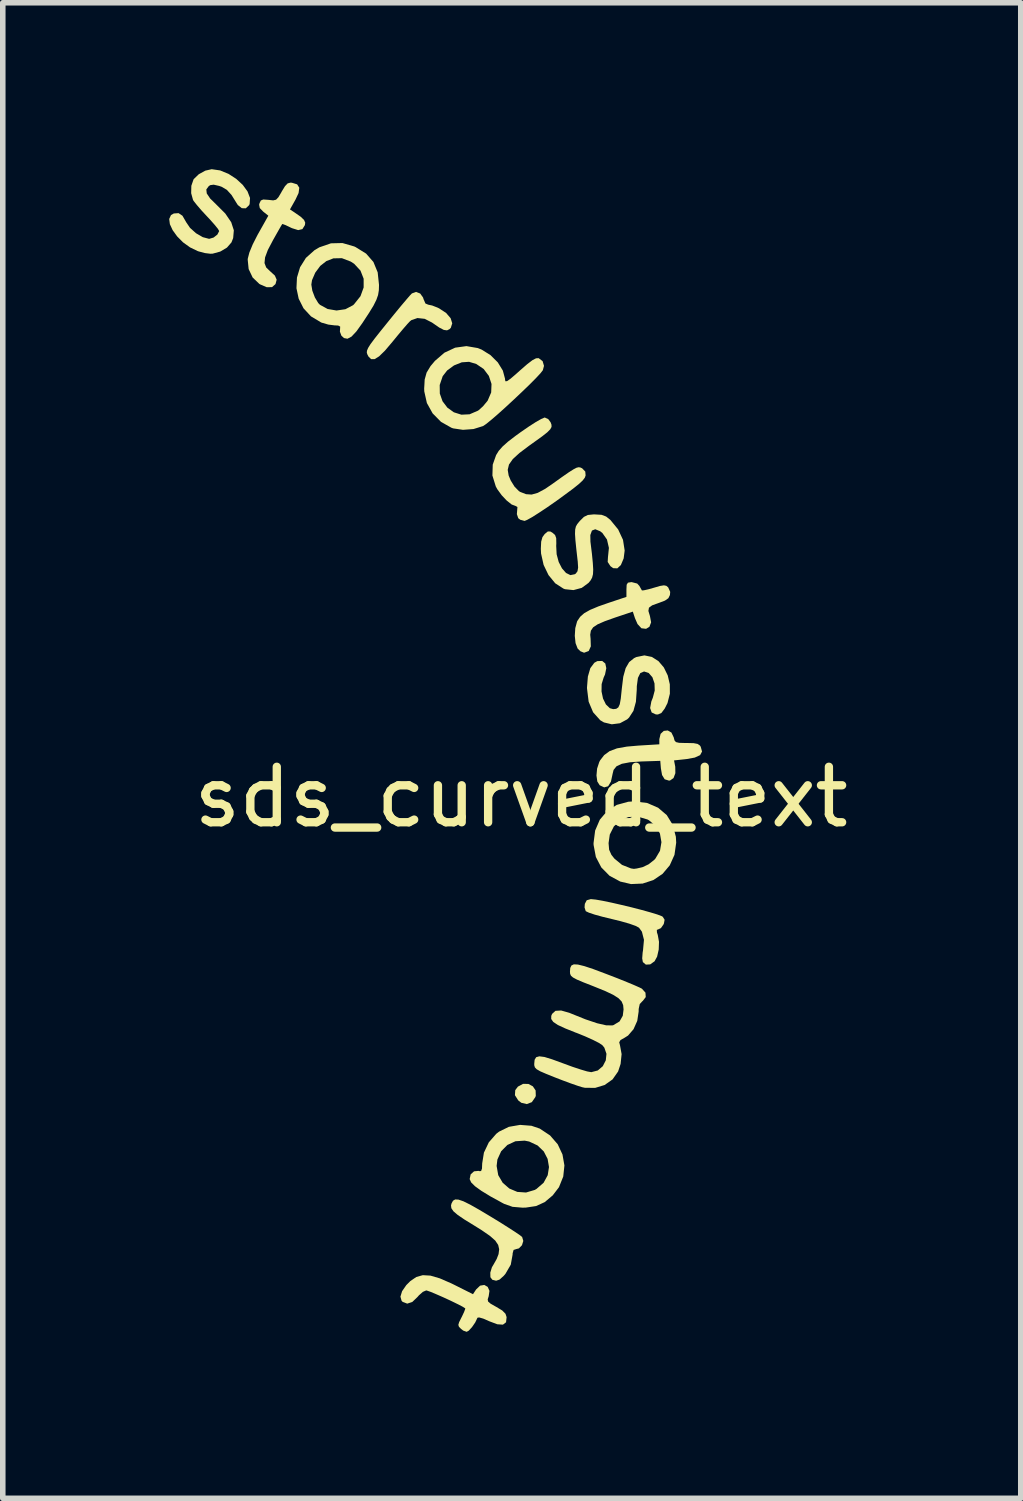
<source format=kicad_pcb>
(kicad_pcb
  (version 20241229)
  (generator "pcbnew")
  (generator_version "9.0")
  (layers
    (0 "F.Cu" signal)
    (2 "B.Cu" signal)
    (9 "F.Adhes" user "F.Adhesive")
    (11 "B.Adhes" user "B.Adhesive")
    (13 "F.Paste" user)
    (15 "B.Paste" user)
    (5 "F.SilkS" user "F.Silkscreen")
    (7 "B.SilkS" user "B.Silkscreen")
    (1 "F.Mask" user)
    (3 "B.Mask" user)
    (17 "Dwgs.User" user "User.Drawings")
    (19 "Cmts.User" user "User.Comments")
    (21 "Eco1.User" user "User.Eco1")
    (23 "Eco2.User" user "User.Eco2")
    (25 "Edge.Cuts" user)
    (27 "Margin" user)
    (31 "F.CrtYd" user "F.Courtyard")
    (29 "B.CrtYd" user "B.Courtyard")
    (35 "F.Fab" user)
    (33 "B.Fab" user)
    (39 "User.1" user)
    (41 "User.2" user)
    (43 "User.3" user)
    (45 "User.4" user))
  (footprint "sds_curved_text"
    (layer "F.Cu")
    (at 6.344 11.817)
    (property "Reference" "sds_curved_text" (at 0 -0.5 0) (unlocked yes) (layer "F.SilkS") (effects (font (size 1 1) (thickness 0.15))))
    (attr smd board_only exclude_from_pos_files exclude_from_bom allow_missing_courtyard)
    (fp_poly (pts (xy 0.131 4.672) (xy 0.211 4.715) (xy 0.261 4.789) (xy 0.264 4.886) (xy 0.256 4.909) (xy 0.193 5) (xy 0.103 5.035) (xy 0.004 5.012) (xy -0.052 4.969) (xy -0.112 4.875) (xy -0.106 4.783) (xy -0.058 4.72) (xy 0.035 4.67)) (stroke (width 0) (type solid)) (fill yes) (layer "F.SilkS"))
    (fp_poly (pts (xy -1.129 6.757) (xy -1.041 6.787) (xy -0.918 6.848) (xy -0.752 6.942) (xy -0.563 7.055) (xy -0.389 7.161) (xy -0.234 7.259) (xy -0.108 7.34) (xy -0.02 7.4) (xy 0.018 7.431) (xy 0.039 7.502) (xy 0.015 7.579) (xy -0.04 7.636) (xy -0.086 7.648) (xy -0.136 7.664) (xy -0.153 7.724) (xy -0.154 7.748) (xy -0.187 7.93) (xy -0.283 8.095) (xy -0.315 8.132) (xy -0.39 8.199) (xy -0.451 8.219) (xy -0.519 8.202) (xy -0.554 8.156) (xy -0.556 8.073) (xy -0.527 7.977) (xy -0.495 7.923) (xy -0.441 7.827) (xy -0.407 7.739) (xy -0.396 7.652) (xy -0.414 7.574) (xy -0.467 7.495) (xy -0.564 7.41) (xy -0.71 7.309) (xy -0.851 7.221) (xy -1.025 7.114) (xy -1.145 7.032) (xy -1.221 6.967) (xy -1.258 6.912) (xy -1.264 6.861) (xy -1.254 6.824) (xy -1.228 6.777) (xy -1.189 6.754)) (stroke (width 0) (type solid)) (fill yes) (layer "F.SilkS"))
    (fp_poly (pts (xy -1.82 -9.576) (xy -1.768 -9.504) (xy -1.759 -9.474) (xy -1.725 -9.396) (xy -1.675 -9.375) (xy -1.604 -9.36) (xy -1.509 -9.323) (xy -1.478 -9.308) (xy -1.352 -9.225) (xy -1.271 -9.131) (xy -1.242 -9.039) (xy -1.268 -8.957) (xy -1.291 -8.934) (xy -1.336 -8.912) (xy -1.394 -8.92) (xy -1.477 -8.963) (xy -1.597 -9.046) (xy -1.609 -9.054) (xy -1.739 -9.12) (xy -1.869 -9.134) (xy -1.979 -9.096) (xy -2.004 -9.076) (xy -2.051 -9.026) (xy -2.129 -8.936) (xy -2.227 -8.819) (xy -2.322 -8.703) (xy -2.456 -8.545) (xy -2.561 -8.443) (xy -2.642 -8.393) (xy -2.704 -8.393) (xy -2.752 -8.44) (xy -2.771 -8.476) (xy -2.782 -8.509) (xy -2.779 -8.545) (xy -2.759 -8.594) (xy -2.716 -8.663) (xy -2.644 -8.76) (xy -2.538 -8.894) (xy -2.413 -9.049) (xy -2.285 -9.207) (xy -2.169 -9.348) (xy -2.072 -9.463) (xy -2.003 -9.543) (xy -1.969 -9.578) (xy -1.894 -9.605)) (stroke (width 0) (type solid)) (fill yes) (layer "F.SilkS"))
    (fp_poly (pts (xy 1.346 1.349) (xy 1.472 1.371) (xy 1.63 1.404) (xy 1.809 1.445) (xy 1.993 1.489) (xy 2.171 1.535) (xy 2.329 1.579) (xy 2.454 1.617) (xy 2.533 1.647) (xy 2.552 1.658) (xy 2.586 1.712) (xy 2.574 1.778) (xy 2.566 1.797) (xy 2.521 1.861) (xy 2.477 1.883) (xy 2.446 1.895) (xy 2.448 1.94) (xy 2.463 1.987) (xy 2.485 2.11) (xy 2.48 2.249) (xy 2.451 2.377) (xy 2.405 2.461) (xy 2.326 2.517) (xy 2.248 2.521) (xy 2.194 2.475) (xy 2.182 2.409) (xy 2.19 2.305) (xy 2.197 2.261) (xy 2.214 2.074) (xy 2.177 1.928) (xy 2.125 1.856) (xy 2.066 1.824) (xy 1.951 1.783) (xy 1.793 1.738) (xy 1.634 1.699) (xy 1.469 1.659) (xy 1.327 1.62) (xy 1.222 1.585) (xy 1.167 1.559) (xy 1.164 1.556) (xy 1.143 1.491) (xy 1.148 1.426) (xy 1.182 1.361) (xy 1.252 1.341) (xy 1.266 1.341)) (stroke (width 0) (type solid)) (fill yes) (layer "F.SilkS"))
    (fp_poly (pts (xy 2.273 -0.392) (xy 2.469 -0.307) (xy 2.625 -0.174) (xy 2.733 0.002) (xy 2.789 0.216) (xy 2.795 0.323) (xy 2.764 0.542) (xy 2.679 0.731) (xy 2.549 0.885) (xy 2.383 0.997) (xy 2.19 1.06) (xy 1.981 1.069) (xy 1.787 1.024) (xy 1.594 0.92) (xy 1.445 0.769) (xy 1.347 0.581) (xy 1.306 0.364) (xy 1.305 0.331) (xy 1.305 0.331) (xy 1.576 0.331) (xy 1.586 0.45) (xy 1.627 0.542) (xy 1.681 0.61) (xy 1.818 0.723) (xy 1.98 0.787) (xy 2.033 0.795) (xy 2.086 0.788) (xy 2.173 0.768) (xy 2.192 0.763) (xy 2.297 0.713) (xy 2.4 0.632) (xy 2.42 0.61) (xy 2.503 0.469) (xy 2.529 0.314) (xy 2.502 0.159) (xy 2.426 0.022) (xy 2.304 -0.081) (xy 2.278 -0.095) (xy 2.102 -0.147) (xy 1.935 -0.139) (xy 1.789 -0.078) (xy 1.672 0.029) (xy 1.598 0.176) (xy 1.576 0.331) (xy 1.305 0.331) (xy 1.334 0.104) (xy 1.418 -0.091) (xy 1.55 -0.247) (xy 1.723 -0.358) (xy 1.931 -0.415) (xy 2.04 -0.422)) (stroke (width 0) (type solid)) (fill yes) (layer "F.SilkS"))
    (fp_poly (pts (xy 2.709 -1.662) (xy 2.751 -1.574) (xy 2.751 -1.573) (xy 2.765 -1.519) (xy 2.791 -1.49) (xy 2.847 -1.477) (xy 2.949 -1.474) (xy 2.986 -1.474) (xy 3.109 -1.471) (xy 3.182 -1.457) (xy 3.223 -1.428) (xy 3.237 -1.406) (xy 3.261 -1.32) (xy 3.226 -1.255) (xy 3.13 -1.211) (xy 2.98 -1.184) (xy 2.756 -1.16) (xy 2.778 -1.046) (xy 2.78 -0.93) (xy 2.747 -0.842) (xy 2.684 -0.798) (xy 2.664 -0.796) (xy 2.587 -0.82) (xy 2.54 -0.897) (xy 2.519 -1.017) (xy 2.508 -1.152) (xy 2.169 -1.141) (xy 1.963 -1.127) (xy 1.815 -1.099) (xy 1.719 -1.054) (xy 1.666 -0.988) (xy 1.651 -0.928) (xy 1.619 -0.779) (xy 1.568 -0.694) (xy 1.497 -0.674) (xy 1.416 -0.712) (xy 1.373 -0.78) (xy 1.358 -0.888) (xy 1.369 -1.012) (xy 1.408 -1.131) (xy 1.423 -1.16) (xy 1.497 -1.256) (xy 1.594 -1.327) (xy 1.727 -1.377) (xy 1.906 -1.409) (xy 2.112 -1.427) (xy 2.491 -1.45) (xy 2.491 -1.543) (xy 2.514 -1.639) (xy 2.571 -1.692) (xy 2.643 -1.7)) (stroke (width 0) (type solid)) (fill yes) (layer "F.SilkS"))
    (fp_poly (pts (xy 0.186 5.426) (xy 0.336 5.477) (xy 0.521 5.6) (xy 0.659 5.759) (xy 0.745 5.943) (xy 0.78 6.141) (xy 0.759 6.341) (xy 0.682 6.533) (xy 0.57 6.68) (xy 0.425 6.802) (xy 0.27 6.873) (xy 0.083 6.901) (xy 0.022 6.902) (xy -0.155 6.887) (xy -0.305 6.834) (xy -0.327 6.823) (xy -0.551 6.7) (xy -0.718 6.598) (xy -0.833 6.515) (xy -0.901 6.447) (xy -0.927 6.389) (xy -0.928 6.387) (xy -0.91 6.302) (xy -0.849 6.247) (xy -0.767 6.239) (xy -0.753 6.244) (xy -0.722 6.242) (xy -0.706 6.198) (xy -0.704 6.15) (xy -0.442 6.15) (xy -0.413 6.316) (xy -0.332 6.454) (xy -0.213 6.557) (xy -0.069 6.618) (xy 0.088 6.629) (xy 0.244 6.583) (xy 0.276 6.565) (xy 0.405 6.453) (xy 0.479 6.317) (xy 0.502 6.17) (xy 0.477 6.023) (xy 0.408 5.889) (xy 0.296 5.781) (xy 0.145 5.71) (xy 0.063 5.694) (xy -0.103 5.705) (xy -0.248 5.772) (xy -0.36 5.885) (xy -0.428 6.034) (xy -0.442 6.15) (xy -0.704 6.15) (xy -0.702 6.104) (xy -0.671 5.91) (xy -0.583 5.725) (xy -0.449 5.571) (xy -0.397 5.531) (xy -0.221 5.445) (xy -0.019 5.41)) (stroke (width 0) (type solid)) (fill yes) (layer "F.SilkS"))
    (fp_poly (pts (xy 2.092 -4.348) (xy 2.131 -4.306) (xy 2.164 -4.247) (xy 2.177 -4.224) (xy 2.211 -4.226) (xy 2.292 -4.244) (xy 2.391 -4.272) (xy 2.505 -4.305) (xy 2.574 -4.316) (xy 2.617 -4.307) (xy 2.65 -4.28) (xy 2.687 -4.198) (xy 2.682 -4.141) (xy 2.654 -4.084) (xy 2.593 -4.041) (xy 2.483 -3.999) (xy 2.474 -3.996) (xy 2.361 -3.955) (xy 2.304 -3.913) (xy 2.294 -3.854) (xy 2.321 -3.764) (xy 2.322 -3.761) (xy 2.343 -3.649) (xy 2.312 -3.568) (xy 2.252 -3.532) (xy 2.168 -3.542) (xy 2.098 -3.618) (xy 2.051 -3.726) (xy 2.013 -3.842) (xy 1.693 -3.735) (xy 1.508 -3.669) (xy 1.379 -3.613) (xy 1.298 -3.559) (xy 1.257 -3.499) (xy 1.245 -3.426) (xy 1.252 -3.351) (xy 1.256 -3.215) (xy 1.218 -3.132) (xy 1.138 -3.102) (xy 1.132 -3.102) (xy 1.068 -3.128) (xy 1.018 -3.177) (xy 0.981 -3.274) (xy 0.967 -3.405) (xy 0.976 -3.545) (xy 1.008 -3.663) (xy 1.014 -3.675) (xy 1.064 -3.749) (xy 1.136 -3.813) (xy 1.242 -3.873) (xy 1.392 -3.936) (xy 1.572 -3.999) (xy 1.898 -4.108) (xy 1.898 -4.241) (xy 1.902 -4.327) (xy 1.925 -4.364) (xy 1.98 -4.373) (xy 1.996 -4.373)) (stroke (width 0) (type solid)) (fill yes) (layer "F.SilkS"))
    (fp_poly (pts (xy -4.132 -11.573) (xy -4.038 -11.544) (xy -3.999 -11.483) (xy -4.012 -11.387) (xy -4.068 -11.268) (xy -4.167 -11.092) (xy -4.087 -11.039) (xy -3.975 -10.961) (xy -3.914 -10.903) (xy -3.892 -10.853) (xy -3.898 -10.809) (xy -3.943 -10.737) (xy -4.019 -10.719) (xy -4.131 -10.754) (xy -4.161 -10.768) (xy -4.244 -10.808) (xy -4.298 -10.828) (xy -4.307 -10.828) (xy -4.327 -10.795) (xy -4.372 -10.717) (xy -4.434 -10.607) (xy -4.473 -10.538) (xy -4.566 -10.361) (xy -4.616 -10.227) (xy -4.626 -10.125) (xy -4.596 -10.046) (xy -4.53 -9.982) (xy -4.439 -9.899) (xy -4.407 -9.825) (xy -4.428 -9.746) (xy -4.491 -9.691) (xy -4.587 -9.69) (xy -4.707 -9.742) (xy -4.72 -9.75) (xy -4.84 -9.865) (xy -4.912 -10.017) (xy -4.929 -10.188) (xy -4.927 -10.207) (xy -4.899 -10.315) (xy -4.838 -10.463) (xy -4.75 -10.636) (xy -4.734 -10.664) (xy -4.557 -10.979) (xy -4.649 -11.052) (xy -4.711 -11.116) (xy -4.723 -11.177) (xy -4.716 -11.204) (xy -4.692 -11.253) (xy -4.649 -11.271) (xy -4.564 -11.265) (xy -4.551 -11.264) (xy -4.47 -11.255) (xy -4.418 -11.267) (xy -4.376 -11.311) (xy -4.323 -11.4) (xy -4.316 -11.414) (xy -4.256 -11.512) (xy -4.209 -11.561) (xy -4.158 -11.575)) (stroke (width 0) (type solid)) (fill yes) (layer "F.SilkS"))
    (fp_poly (pts (xy -3.01 -10.425) (xy -2.986 -10.414) (xy -2.795 -10.296) (xy -2.663 -10.145) (xy -2.586 -9.958) (xy -2.562 -9.731) (xy -2.565 -9.634) (xy -2.579 -9.549) (xy -2.61 -9.461) (xy -2.662 -9.357) (xy -2.743 -9.225) (xy -2.857 -9.051) (xy -2.86 -9.046) (xy -2.969 -8.894) (xy -3.057 -8.8) (xy -3.13 -8.761) (xy -3.193 -8.773) (xy -3.24 -8.816) (xy -3.267 -8.889) (xy -3.264 -8.934) (xy -3.262 -8.98) (xy -3.298 -8.999) (xy -3.363 -9.002) (xy -3.475 -9.016) (xy -3.593 -9.05) (xy -3.606 -9.055) (xy -3.788 -9.164) (xy -3.923 -9.31) (xy -4.01 -9.483) (xy -4.05 -9.671) (xy -4.047 -9.737) (xy -3.782 -9.737) (xy -3.764 -9.627) (xy -3.718 -9.505) (xy -3.657 -9.404) (xy -3.627 -9.373) (xy -3.488 -9.297) (xy -3.328 -9.27) (xy -3.168 -9.293) (xy -3.031 -9.365) (xy -3.013 -9.381) (xy -2.896 -9.528) (xy -2.839 -9.685) (xy -2.839 -9.843) (xy -2.896 -9.989) (xy -3.01 -10.112) (xy -3.072 -10.152) (xy -3.231 -10.213) (xy -3.384 -10.21) (xy -3.512 -10.16) (xy -3.621 -10.074) (xy -3.712 -9.951) (xy -3.77 -9.816) (xy -3.782 -9.737) (xy -4.047 -9.737) (xy -4.041 -9.864) (xy -3.985 -10.05) (xy -3.88 -10.218) (xy -3.726 -10.356) (xy -3.637 -10.409) (xy -3.428 -10.481) (xy -3.221 -10.486)) (stroke (width 0) (type solid)) (fill yes) (layer "F.SilkS"))
    (fp_poly (pts (xy -1.635 8.127) (xy -1.467 8.176) (xy -1.258 8.267) (xy -1.205 8.293) (xy -0.868 8.462) (xy -0.812 8.377) (xy -0.74 8.308) (xy -0.664 8.295) (xy -0.603 8.33) (xy -0.571 8.402) (xy -0.585 8.498) (xy -0.603 8.555) (xy -0.595 8.595) (xy -0.55 8.633) (xy -0.457 8.686) (xy -0.448 8.691) (xy -0.34 8.756) (xy -0.282 8.815) (xy -0.262 8.875) (xy -0.272 8.968) (xy -0.328 9.011) (xy -0.43 9.004) (xy -0.576 8.949) (xy -0.582 8.946) (xy -0.683 8.902) (xy -0.757 8.881) (xy -0.787 8.886) (xy -0.828 8.972) (xy -0.886 9.056) (xy -0.944 9.119) (xy -0.982 9.14) (xy -1.044 9.118) (xy -1.084 9.087) (xy -1.121 9.049) (xy -1.132 9.015) (xy -1.118 8.966) (xy -1.075 8.88) (xy -1.067 8.865) (xy -1.028 8.781) (xy -1.008 8.727) (xy -1.008 8.717) (xy -1.057 8.686) (xy -1.15 8.638) (xy -1.271 8.579) (xy -1.403 8.518) (xy -1.529 8.463) (xy -1.634 8.419) (xy -1.7 8.396) (xy -1.712 8.394) (xy -1.772 8.42) (xy -1.844 8.484) (xy -1.869 8.513) (xy -1.961 8.601) (xy -2.053 8.632) (xy -2.134 8.602) (xy -2.155 8.581) (xy -2.176 8.506) (xy -2.146 8.408) (xy -2.07 8.298) (xy -1.997 8.225) (xy -1.89 8.152) (xy -1.773 8.119)) (stroke (width 0) (type solid)) (fill yes) (layer "F.SilkS"))
    (fp_poly (pts (xy 2.357 -3.025) (xy 2.475 -2.95) (xy 2.572 -2.836) (xy 2.642 -2.693) (xy 2.68 -2.532) (xy 2.681 -2.362) (xy 2.638 -2.193) (xy 2.587 -2.093) (xy 2.528 -2.015) (xy 2.466 -1.988) (xy 2.428 -1.989) (xy 2.353 -2.024) (xy 2.325 -2.104) (xy 2.347 -2.223) (xy 2.374 -2.291) (xy 2.408 -2.42) (xy 2.404 -2.548) (xy 2.366 -2.659) (xy 2.299 -2.736) (xy 2.216 -2.763) (xy 2.148 -2.734) (xy 2.105 -2.647) (xy 2.085 -2.498) (xy 2.084 -2.434) (xy 2.069 -2.217) (xy 2.024 -2.053) (xy 1.945 -1.932) (xy 1.911 -1.9) (xy 1.781 -1.83) (xy 1.634 -1.811) (xy 1.492 -1.845) (xy 1.426 -1.884) (xy 1.297 -2.028) (xy 1.217 -2.218) (xy 1.188 -2.452) (xy 1.187 -2.474) (xy 1.203 -2.672) (xy 1.247 -2.823) (xy 1.319 -2.92) (xy 1.373 -2.95) (xy 1.461 -2.953) (xy 1.517 -2.907) (xy 1.535 -2.822) (xy 1.512 -2.709) (xy 1.487 -2.653) (xy 1.451 -2.535) (xy 1.449 -2.403) (xy 1.476 -2.275) (xy 1.528 -2.169) (xy 1.599 -2.101) (xy 1.659 -2.084) (xy 1.714 -2.09) (xy 1.752 -2.116) (xy 1.778 -2.173) (xy 1.796 -2.273) (xy 1.812 -2.428) (xy 1.815 -2.457) (xy 1.841 -2.669) (xy 1.884 -2.823) (xy 1.947 -2.932) (xy 2.035 -3.003) (xy 2.076 -3.023) (xy 2.222 -3.053)) (stroke (width 0) (type solid)) (fill yes) (layer "F.SilkS"))
    (fp_poly (pts (xy 0.489 -7.312) (xy 0.531 -7.255) (xy 0.547 -7.211) (xy 0.548 -7.171) (xy 0.525 -7.129) (xy 0.472 -7.075) (xy 0.381 -7.003) (xy 0.245 -6.905) (xy 0.143 -6.832) (xy -0.031 -6.701) (xy -0.15 -6.592) (xy -0.219 -6.494) (xy -0.242 -6.398) (xy -0.225 -6.295) (xy -0.188 -6.206) (xy -0.12 -6.096) (xy -0.041 -6.015) (xy -0.017 -6) (xy 0.088 -5.959) (xy 0.189 -5.952) (xy 0.299 -5.983) (xy 0.433 -6.055) (xy 0.57 -6.149) (xy 0.736 -6.268) (xy 0.857 -6.352) (xy 0.942 -6.406) (xy 0.999 -6.436) (xy 1.039 -6.445) (xy 1.071 -6.439) (xy 1.1 -6.425) (xy 1.156 -6.367) (xy 1.162 -6.297) (xy 1.148 -6.257) (xy 1.111 -6.208) (xy 1.043 -6.144) (xy 0.937 -6.059) (xy 0.787 -5.948) (xy 0.643 -5.843) (xy 0.477 -5.727) (xy 0.325 -5.626) (xy 0.199 -5.546) (xy 0.107 -5.495) (xy 0.062 -5.477) (xy -0.016 -5.498) (xy -0.052 -5.526) (xy -0.077 -5.599) (xy -0.072 -5.662) (xy -0.067 -5.727) (xy -0.101 -5.747) (xy -0.101 -5.747) (xy -0.171 -5.773) (xy -0.259 -5.843) (xy -0.35 -5.939) (xy -0.429 -6.047) (xy -0.457 -6.098) (xy -0.518 -6.295) (xy -0.512 -6.492) (xy -0.451 -6.664) (xy -0.404 -6.74) (xy -0.336 -6.817) (xy -0.238 -6.905) (xy -0.097 -7.013) (xy -0.007 -7.078) (xy 0.135 -7.176) (xy 0.261 -7.257) (xy 0.361 -7.314) (xy 0.421 -7.34) (xy 0.426 -7.341)) (stroke (width 0) (type solid)) (fill yes) (layer "F.SilkS"))
    (fp_poly (pts (xy 1.45 -5.587) (xy 1.532 -5.556) (xy 1.61 -5.493) (xy 1.749 -5.323) (xy 1.836 -5.136) (xy 1.866 -4.943) (xy 1.848 -4.801) (xy 1.798 -4.682) (xy 1.734 -4.622) (xy 1.66 -4.625) (xy 1.61 -4.661) (xy 1.56 -4.737) (xy 1.565 -4.823) (xy 1.582 -4.991) (xy 1.547 -5.142) (xy 1.464 -5.26) (xy 1.424 -5.291) (xy 1.336 -5.327) (xy 1.276 -5.303) (xy 1.247 -5.222) (xy 1.249 -5.104) (xy 1.276 -4.884) (xy 1.292 -4.719) (xy 1.299 -4.6) (xy 1.295 -4.516) (xy 1.279 -4.454) (xy 1.252 -4.405) (xy 1.215 -4.36) (xy 1.092 -4.27) (xy 0.943 -4.23) (xy 0.791 -4.246) (xy 0.762 -4.257) (xy 0.614 -4.353) (xy 0.493 -4.501) (xy 0.405 -4.684) (xy 0.359 -4.889) (xy 0.355 -4.975) (xy 0.361 -5.103) (xy 0.384 -5.185) (xy 0.425 -5.241) (xy 0.481 -5.287) (xy 0.528 -5.286) (xy 0.569 -5.261) (xy 0.612 -5.222) (xy 0.632 -5.167) (xy 0.634 -5.075) (xy 0.632 -5.025) (xy 0.64 -4.875) (xy 0.677 -4.737) (xy 0.736 -4.622) (xy 0.809 -4.539) (xy 0.888 -4.5) (xy 0.967 -4.516) (xy 0.985 -4.528) (xy 1.016 -4.57) (xy 1.027 -4.637) (xy 1.02 -4.749) (xy 1.018 -4.762) (xy 0.994 -4.975) (xy 0.978 -5.132) (xy 0.971 -5.244) (xy 0.974 -5.322) (xy 0.987 -5.377) (xy 1.012 -5.421) (xy 1.048 -5.465) (xy 1.06 -5.479) (xy 1.132 -5.55) (xy 1.202 -5.584) (xy 1.3 -5.594) (xy 1.333 -5.594)) (stroke (width 0) (type solid)) (fill yes) (layer "F.SilkS"))
    (fp_poly (pts (xy -0.782 -8.593) (xy -0.714 -8.566) (xy -0.553 -8.466) (xy -0.421 -8.335) (xy -0.33 -8.187) (xy -0.29 -8.038) (xy -0.29 -8.017) (xy -0.281 -7.993) (xy -0.252 -7.998) (xy -0.193 -8.039) (xy -0.098 -8.12) (xy -0.021 -8.189) (xy 0.11 -8.303) (xy 0.203 -8.374) (xy 0.268 -8.408) (xy 0.314 -8.411) (xy 0.317 -8.41) (xy 0.387 -8.357) (xy 0.412 -8.272) (xy 0.391 -8.193) (xy 0.349 -8.139) (xy 0.266 -8.05) (xy 0.152 -7.935) (xy 0.016 -7.804) (xy -0.131 -7.665) (xy -0.279 -7.528) (xy -0.419 -7.402) (xy -0.541 -7.297) (xy -0.634 -7.222) (xy -0.686 -7.187) (xy -0.859 -7.133) (xy -1.049 -7.119) (xy -1.225 -7.145) (xy -1.256 -7.156) (xy -1.444 -7.262) (xy -1.595 -7.415) (xy -1.699 -7.602) (xy -1.746 -7.811) (xy -1.748 -7.863) (xy -1.744 -7.927) (xy -1.468 -7.927) (xy -1.466 -7.773) (xy -1.417 -7.634) (xy -1.33 -7.519) (xy -1.213 -7.435) (xy -1.077 -7.392) (xy -0.93 -7.399) (xy -0.781 -7.463) (xy -0.764 -7.474) (xy -0.688 -7.543) (xy -0.612 -7.634) (xy -0.603 -7.646) (xy -0.54 -7.793) (xy -0.534 -7.946) (xy -0.582 -8.091) (xy -0.676 -8.216) (xy -0.809 -8.306) (xy -0.939 -8.345) (xy -1.07 -8.336) (xy -1.21 -8.28) (xy -1.334 -8.189) (xy -1.414 -8.086) (xy -1.468 -7.927) (xy -1.744 -7.927) (xy -1.739 -8.025) (xy -1.704 -8.151) (xy -1.633 -8.268) (xy -1.554 -8.362) (xy -1.382 -8.51) (xy -1.189 -8.6) (xy -0.986 -8.628)) (stroke (width 0) (type solid)) (fill yes) (layer "F.SilkS"))
    (fp_poly (pts (xy -5.426 -11.795) (xy -5.275 -11.733) (xy -5.136 -11.643) (xy -5.018 -11.534) (xy -4.932 -11.416) (xy -4.887 -11.298) (xy -4.894 -11.19) (xy -4.904 -11.168) (xy -4.963 -11.112) (xy -5.035 -11.114) (xy -5.107 -11.171) (xy -5.132 -11.21) (xy -5.221 -11.353) (xy -5.305 -11.445) (xy -5.401 -11.501) (xy -5.445 -11.516) (xy -5.542 -11.538) (xy -5.603 -11.53) (xy -5.63 -11.513) (xy -5.675 -11.452) (xy -5.667 -11.38) (xy -5.606 -11.289) (xy -5.504 -11.189) (xy -5.333 -11.018) (xy -5.226 -10.861) (xy -5.179 -10.716) (xy -5.191 -10.575) (xy -5.222 -10.497) (xy -5.303 -10.404) (xy -5.424 -10.332) (xy -5.559 -10.295) (xy -5.602 -10.293) (xy -5.699 -10.305) (xy -5.812 -10.335) (xy -5.83 -10.341) (xy -5.969 -10.408) (xy -6.095 -10.499) (xy -6.201 -10.606) (xy -6.282 -10.718) (xy -6.332 -10.826) (xy -6.344 -10.92) (xy -6.312 -10.99) (xy -6.261 -11.019) (xy -6.175 -11.025) (xy -6.105 -10.978) (xy -6.042 -10.869) (xy -6.041 -10.866) (xy -5.969 -10.76) (xy -5.861 -10.663) (xy -5.739 -10.592) (xy -5.626 -10.562) (xy -5.622 -10.562) (xy -5.544 -10.585) (xy -5.476 -10.638) (xy -5.444 -10.7) (xy -5.444 -10.704) (xy -5.466 -10.742) (xy -5.526 -10.816) (xy -5.611 -10.912) (xy -5.66 -10.964) (xy -5.761 -11.073) (xy -5.846 -11.172) (xy -5.903 -11.244) (xy -5.915 -11.264) (xy -5.948 -11.384) (xy -5.945 -11.518) (xy -5.906 -11.631) (xy -5.9 -11.64) (xy -5.811 -11.726) (xy -5.693 -11.791) (xy -5.578 -11.817) (xy -5.577 -11.817)) (stroke (width 0) (type solid)) (fill yes) (layer "F.SilkS"))
    (fp_poly (pts (xy 1.025 2.52) (xy 1.139 2.548) (xy 1.299 2.601) (xy 1.512 2.681) (xy 1.546 2.694) (xy 1.733 2.766) (xy 1.902 2.834) (xy 2.041 2.892) (xy 2.138 2.935) (xy 2.177 2.955) (xy 2.241 3.026) (xy 2.246 3.106) (xy 2.193 3.175) (xy 2.186 3.18) (xy 2.138 3.232) (xy 2.119 3.32) (xy 2.118 3.368) (xy 2.093 3.535) (xy 2.026 3.685) (xy 1.927 3.8) (xy 1.865 3.839) (xy 1.791 3.881) (xy 1.768 3.921) (xy 1.782 3.976) (xy 1.811 4.134) (xy 1.793 4.311) (xy 1.748 4.447) (xy 1.648 4.59) (xy 1.505 4.691) (xy 1.334 4.743) (xy 1.149 4.741) (xy 1.101 4.731) (xy 1.021 4.706) (xy 0.897 4.663) (xy 0.746 4.607) (xy 0.609 4.554) (xy 0.45 4.49) (xy 0.344 4.444) (xy 0.28 4.407) (xy 0.248 4.374) (xy 0.237 4.338) (xy 0.236 4.31) (xy 0.243 4.236) (xy 0.271 4.19) (xy 0.328 4.174) (xy 0.421 4.186) (xy 0.558 4.228) (xy 0.749 4.298) (xy 0.76 4.302) (xy 0.923 4.362) (xy 1.071 4.411) (xy 1.189 4.446) (xy 1.26 4.459) (xy 1.264 4.46) (xy 1.382 4.429) (xy 1.472 4.352) (xy 1.526 4.246) (xy 1.538 4.129) (xy 1.5 4.018) (xy 1.465 3.975) (xy 1.405 3.934) (xy 1.295 3.878) (xy 1.153 3.814) (xy 0.992 3.749) (xy 0.987 3.748) (xy 0.795 3.671) (xy 0.661 3.609) (xy 0.579 3.554) (xy 0.542 3.501) (xy 0.543 3.445) (xy 0.558 3.409) (xy 0.619 3.354) (xy 0.721 3.348) (xy 0.866 3.389) (xy 0.903 3.404) (xy 1.159 3.507) (xy 1.37 3.578) (xy 1.532 3.615) (xy 1.642 3.617) (xy 1.663 3.612) (xy 1.774 3.545) (xy 1.832 3.443) (xy 1.846 3.33) (xy 1.839 3.252) (xy 1.811 3.185) (xy 1.753 3.125) (xy 1.658 3.065) (xy 1.517 2.998) (xy 1.32 2.918) (xy 1.285 2.904) (xy 1.119 2.839) (xy 1.006 2.791) (xy 0.935 2.753) (xy 0.898 2.721) (xy 0.883 2.687) (xy 0.88 2.649) (xy 0.885 2.581) (xy 0.906 2.537) (xy 0.95 2.516)) (stroke (width 0) (type solid)) (fill yes) (layer "F.SilkS")))
  (gr_rect
    (start -3 -3)
    (end 15.35 23.958)
    (stroke (width 0.1) (type default))
    (fill no)
    (layer "Edge.Cuts")))
</source>
